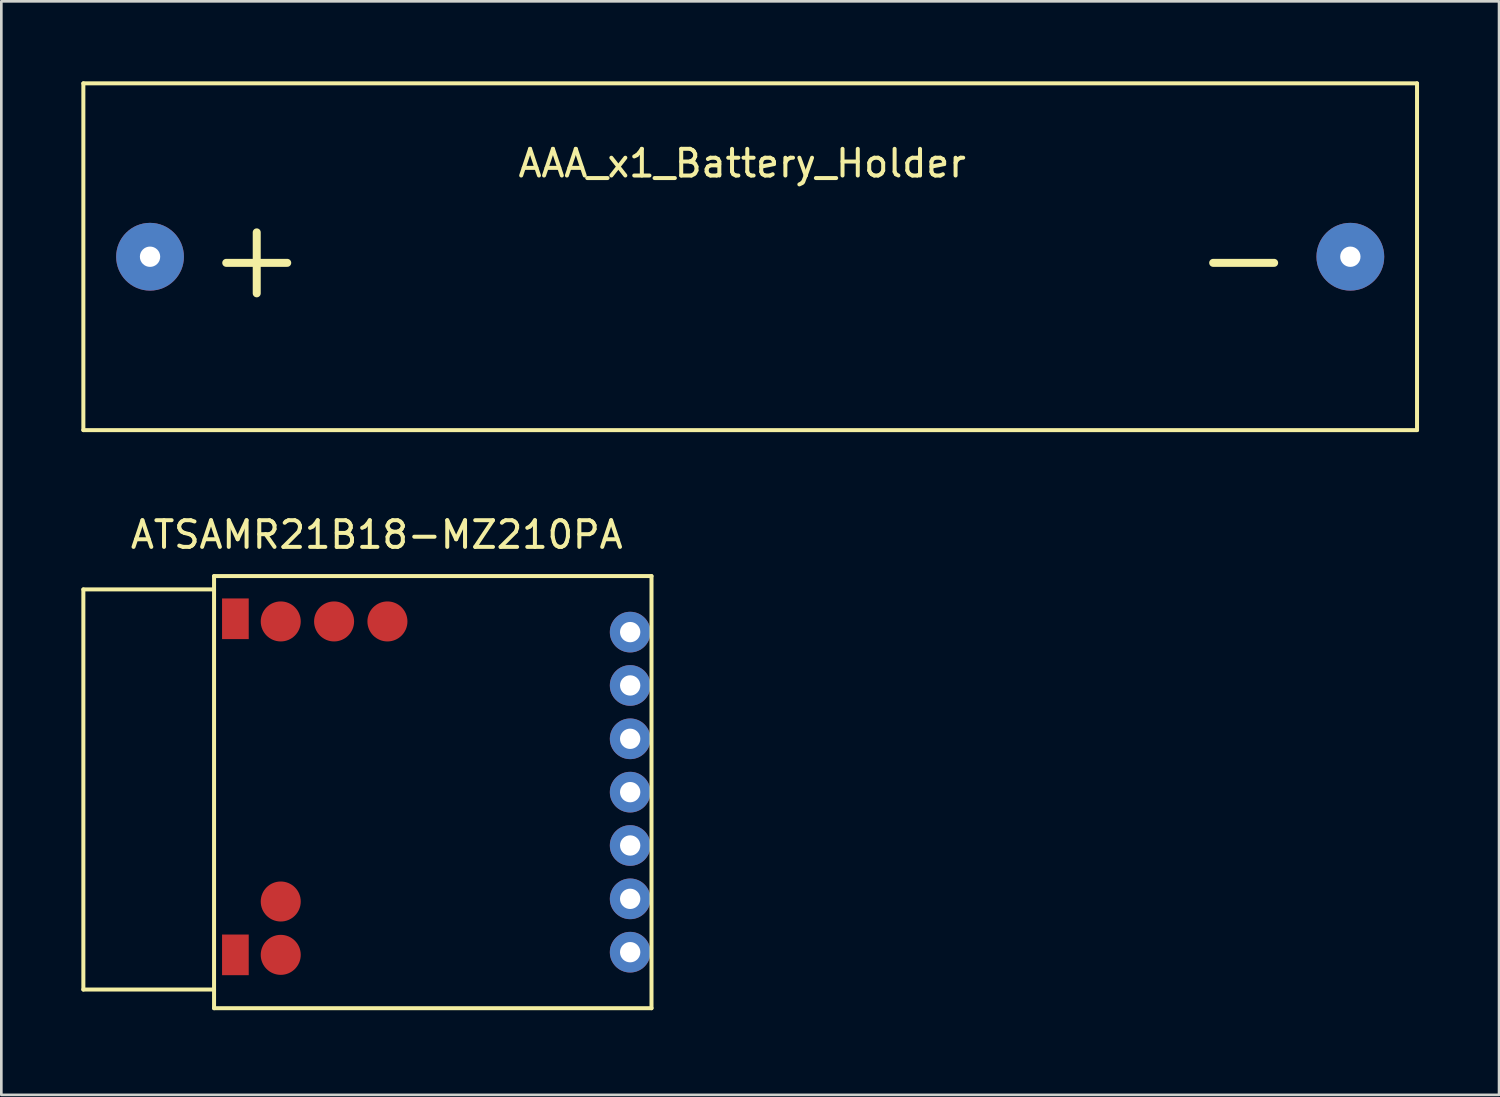
<source format=kicad_pcb>
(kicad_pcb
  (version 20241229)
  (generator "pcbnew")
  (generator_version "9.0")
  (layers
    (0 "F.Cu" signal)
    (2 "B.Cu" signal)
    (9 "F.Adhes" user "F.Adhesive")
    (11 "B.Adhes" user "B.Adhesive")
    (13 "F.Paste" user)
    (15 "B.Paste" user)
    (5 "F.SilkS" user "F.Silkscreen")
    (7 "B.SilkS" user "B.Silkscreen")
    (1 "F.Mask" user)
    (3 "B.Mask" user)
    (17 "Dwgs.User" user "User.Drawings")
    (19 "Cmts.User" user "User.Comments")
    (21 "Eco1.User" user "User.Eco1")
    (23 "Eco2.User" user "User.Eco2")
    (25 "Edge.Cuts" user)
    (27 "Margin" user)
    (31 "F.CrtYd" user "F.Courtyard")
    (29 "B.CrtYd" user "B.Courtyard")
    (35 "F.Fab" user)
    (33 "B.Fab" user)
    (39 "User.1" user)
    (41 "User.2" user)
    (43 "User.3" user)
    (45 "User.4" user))
  (footprint "AAA_x1_Battery_Holder"
    (layer "F.Cu")
    (at 25.075 6.575)
    (property "Reference" "AAA_x1_Battery_Holder" (at -0.3 -3.5 0) (layer "F.SilkS") (effects (font (size 1 1) (thickness 0.15))))
    (attr through_hole)
    (fp_line (start -25 -6.5) (end 25 -6.5) (stroke (width 0.15) (type solid)) (layer "F.SilkS"))
    (fp_line (start -25 6.5) (end -25 -6.5) (stroke (width 0.15) (type solid)) (layer "F.SilkS"))
    (fp_line (start 25 -6.5) (end 25 6.5) (stroke (width 0.15) (type solid)) (layer "F.SilkS"))
    (fp_line (start 25 6.5) (end -25 6.5) (stroke (width 0.15) (type solid)) (layer "F.SilkS"))
    (fp_text user "+" (at -18.5 0 0) (layer "F.SilkS") (effects (font (size 3 3) (thickness 0.3))))
    (fp_text user "-" (at 18.5 0 0) (layer "F.SilkS") (effects (font (size 3 3) (thickness 0.3))))
    (pad "1" thru_hole circle (at -22.5 0) (size 2.54 2.54) (drill 0.762) (layers "*.Cu" "*.Mask"))
    (pad "2" thru_hole circle (at 22.5 0) (size 2.54 2.54) (drill 0.762) (layers "*.Cu" "*.Mask")))
  (footprint "ATSAMR21B18-MZ210PA"
    (layer "F.Cu")
    (at 0.975 34.748)
    (property "Reference" "ATSAMR21B18-MZ210PA" (at 10.1 -17.75 0) (layer "F.SilkS") (effects (font (size 1 1) (thickness 0.15))))
    (attr through_hole)
    (fp_line (start -0.9 -15.7) (end -0.9 -0.7) (stroke (width 0.15) (type solid)) (layer "F.SilkS"))
    (fp_line (start -0.9 -0.7) (end 4 -0.7) (stroke (width 0.15) (type solid)) (layer "F.SilkS"))
    (fp_line (start 4 -16.2) (end 20.4 -16.2) (stroke (width 0.15) (type solid)) (layer "F.SilkS"))
    (fp_line (start 4 -15.7) (end -0.9 -15.7) (stroke (width 0.15) (type solid)) (layer "F.SilkS"))
    (fp_line (start 4 0) (end 4 -16.2) (stroke (width 0.15) (type solid)) (layer "F.SilkS"))
    (fp_line (start 20.4 -16.2) (end 20.4 0) (stroke (width 0.15) (type solid)) (layer "F.SilkS"))
    (fp_line (start 20.4 0) (end 4 0) (stroke (width 0.15) (type solid)) (layer "F.SilkS"))
    (pad "1" thru_hole circle (at 19.6 -2.1) (size 1.524 1.524) (drill 0.762) (layers "*.Cu" "*.Mask"))
    (pad "2" thru_hole circle (at 19.6 -4.1) (size 1.524 1.524) (drill 0.762) (layers "*.Cu" "*.Mask"))
    (pad "3" thru_hole circle (at 19.6 -6.1) (size 1.524 1.524) (drill 0.762) (layers "*.Cu" "*.Mask"))
    (pad "4" thru_hole circle (at 19.6 -8.1) (size 1.524 1.524) (drill 0.762) (layers "*.Cu" "*.Mask"))
    (pad "5" thru_hole circle (at 19.6 -10.1) (size 1.524 1.524) (drill 0.762) (layers "*.Cu" "*.Mask"))
    (pad "6" thru_hole circle (at 19.6 -12.1) (size 1.524 1.524) (drill 0.762) (layers "*.Cu" "*.Mask"))
    (pad "7" thru_hole circle (at 19.6 -14.1) (size 1.524 1.524) (drill 0.762) (layers "*.Cu" "*.Mask"))
    (pad "NC" smd rect (at 4.8 -14.6) (size 1 1.524) (layers "F.Cu" "F.Mask" "F.Paste"))
    (pad "NC" smd rect (at 4.8 -2) (size 1 1.524) (layers "F.Cu" "F.Mask" "F.Paste"))
    (pad "TP1" smd circle (at 6.5 -2) (size 1.5 1.5) (layers "F.Cu" "F.Mask" "F.Paste"))
    (pad "TP2" smd circle (at 10.5 -14.5) (size 1.5 1.5) (layers "F.Cu" "F.Mask" "F.Paste"))
    (pad "TP3" smd circle (at 8.5 -14.5) (size 1.5 1.5) (layers "F.Cu" "F.Mask" "F.Paste"))
    (pad "TP4" smd circle (at 6.5 -14.5) (size 1.5 1.5) (layers "F.Cu" "F.Mask" "F.Paste"))
    (pad "TP5" smd circle (at 6.5 -4) (size 1.5 1.5) (layers "F.Cu" "F.Mask" "F.Paste")))
  (gr_rect
    (start -3 -3)
    (end 53.15 37.998)
    (stroke (width 0.1) (type default))
    (fill no)
    (layer "Edge.Cuts")))
</source>
